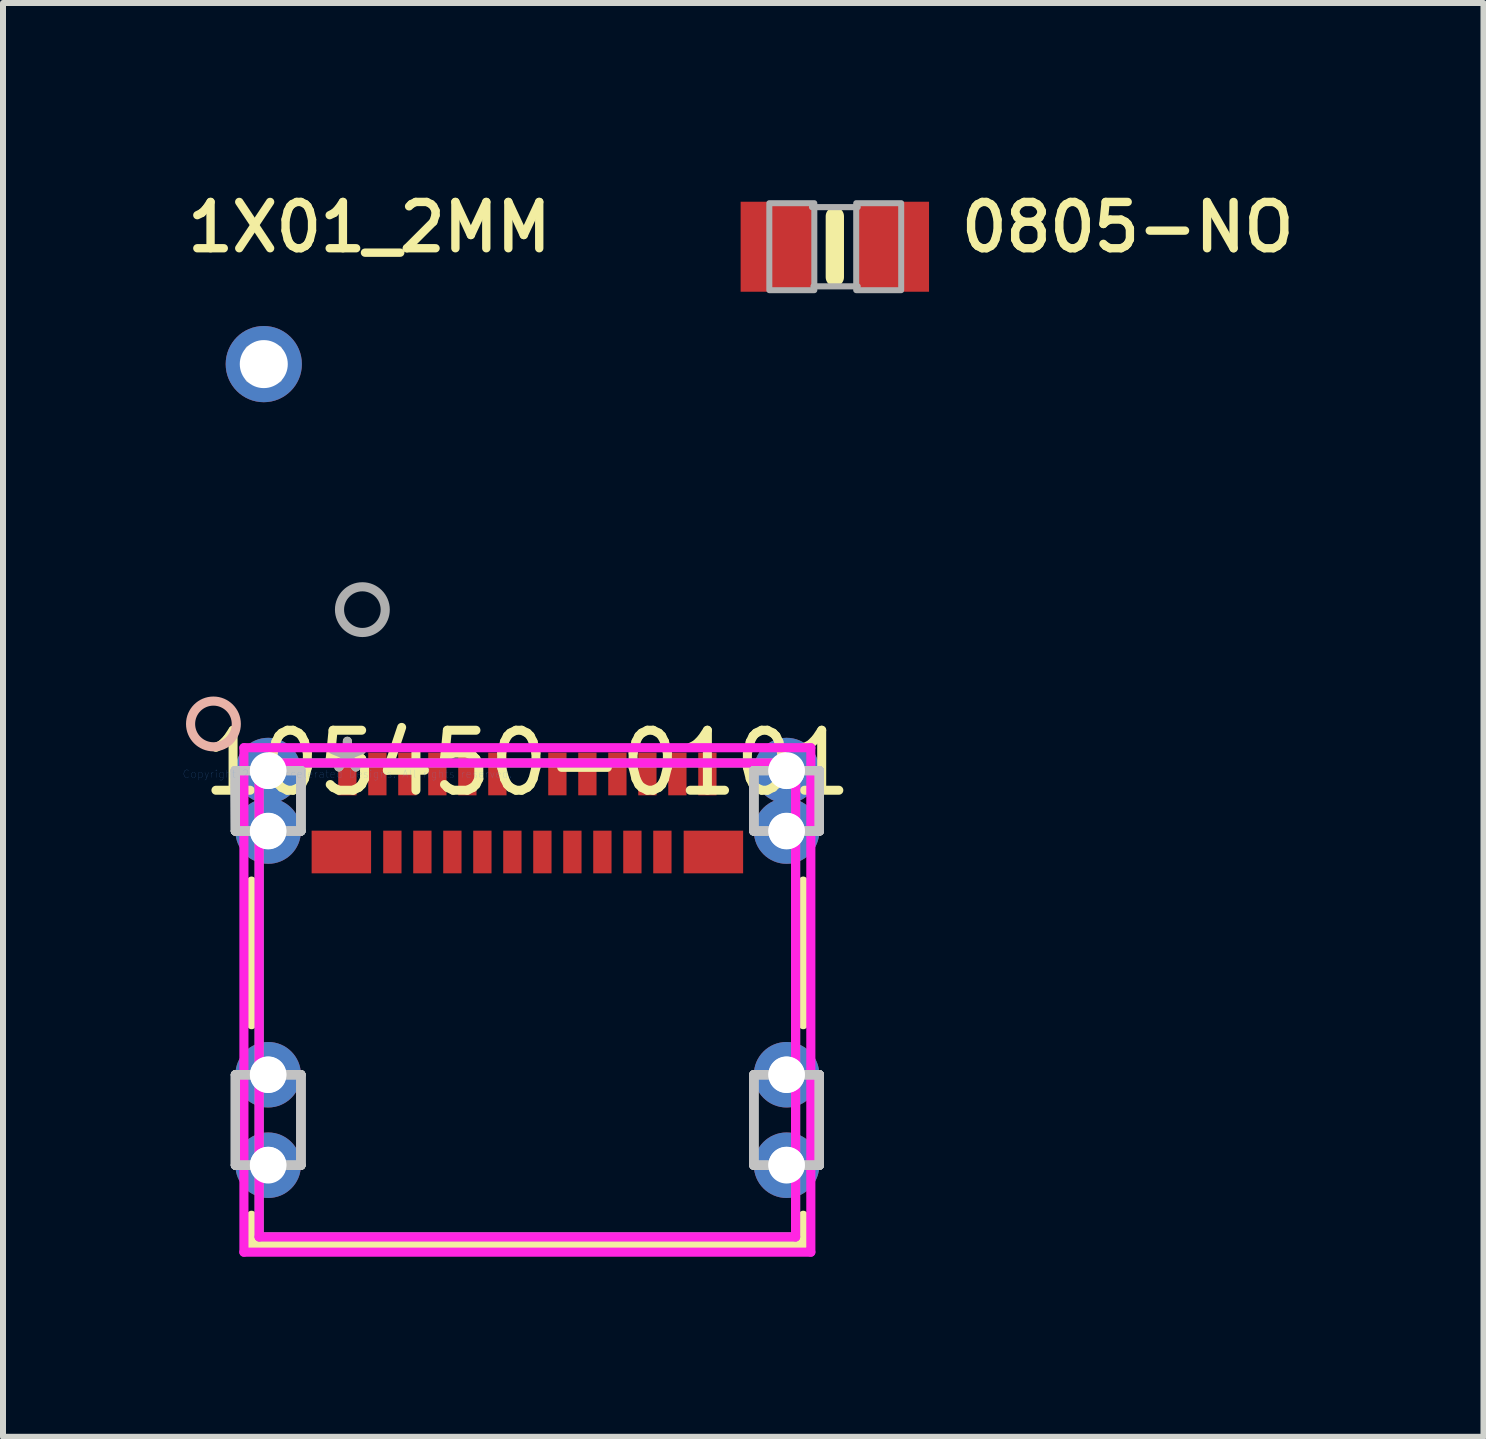
<source format=kicad_pcb>
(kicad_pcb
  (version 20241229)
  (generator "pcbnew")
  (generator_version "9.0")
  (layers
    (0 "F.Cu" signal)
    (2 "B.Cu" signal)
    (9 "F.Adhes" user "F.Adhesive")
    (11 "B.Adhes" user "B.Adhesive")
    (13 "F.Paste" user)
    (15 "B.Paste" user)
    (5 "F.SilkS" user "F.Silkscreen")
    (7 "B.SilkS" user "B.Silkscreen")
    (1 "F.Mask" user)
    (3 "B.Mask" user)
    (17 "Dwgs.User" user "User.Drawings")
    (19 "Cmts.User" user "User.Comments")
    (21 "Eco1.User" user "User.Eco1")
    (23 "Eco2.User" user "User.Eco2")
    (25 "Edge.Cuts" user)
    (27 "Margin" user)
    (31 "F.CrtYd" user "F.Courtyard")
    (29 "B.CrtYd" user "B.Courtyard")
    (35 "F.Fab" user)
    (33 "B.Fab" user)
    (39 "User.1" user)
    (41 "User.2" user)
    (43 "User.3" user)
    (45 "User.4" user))
  (footprint "0805-NO"
    (layer "F.Cu")
    (at 10.863 1.062)
    (property "Reference" "0805-NO" (at 2.032 0.127 0) (layer "F.SilkS") (effects (font (size 0.772 0.772) (thickness 0.139)) (justify left bottom)))
    (attr through_hole)
    (fp_line (start 0 -0.508) (end 0 0.508) (stroke (width 0.305) (type solid)) (layer "F.SilkS"))
    (fp_line (start -0.381 -0.66) (end 0.381 -0.66) (stroke (width 0.102) (type solid)) (layer "F.Fab"))
    (fp_line (start -0.356 0.66) (end 0.381 0.66) (stroke (width 0.102) (type solid)) (layer "F.Fab"))
    (fp_poly (pts (xy -1.092 0.724) (xy -0.342 0.724) (xy -0.342 -0.726) (xy -1.092 -0.726)) (stroke (width 0.1) (type solid)) (fill no) (layer "F.Fab"))
    (fp_poly (pts (xy 0.356 0.724) (xy 1.106 0.724) (xy 1.106 -0.726) (xy 0.356 -0.726)) (stroke (width 0.1) (type solid)) (fill no) (layer "F.Fab"))
    (pad "1" smd rect (at -0.95 0) (size 1.24 1.5) (layers "F.Cu" "F.Mask" "F.Paste"))
    (pad "2" smd rect (at 0.95 0) (size 1.24 1.5) (layers "F.Cu" "F.Mask" "F.Paste")))
  (footprint "105450-0101"
    (layer "F.Cu")
    (at 2.739 9.849)
    (property "Reference" "105450-0101" (at 3 -0.184 0) (layer "F.SilkS") (effects (font (size 1 1) (thickness 0.15))))
    (attr through_hole)
    (fp_line (start -1.597 1.785) (end -1.597 4.178) (stroke (width 0.152) (type solid)) (layer "F.SilkS"))
    (fp_line (start -1.597 7.354) (end -1.597 7.842) (stroke (width 0.152) (type solid)) (layer "F.SilkS"))
    (fp_line (start -1.597 7.842) (end 7.597 7.842) (stroke (width 0.152) (type solid)) (layer "F.SilkS"))
    (fp_line (start 7.597 4.178) (end 7.597 1.785) (stroke (width 0.152) (type solid)) (layer "F.SilkS"))
    (fp_line (start 7.597 7.842) (end 7.597 7.354) (stroke (width 0.152) (type solid)) (layer "F.SilkS"))
    (fp_circle (center -2.232 -0.834) (end -1.851 -0.834) (stroke (width 0.152) (type solid)) (fill no) (layer "B.SilkS"))
    (fp_line (start -1.87 -0.057) (end -0.774 -0.057) (stroke (width 0.152) (type solid)) (layer "Dwgs.User"))
    (fp_line (start -1.87 -0.057) (end -0.774 -0.057) (stroke (width 0.152) (type solid)) (layer "Dwgs.User"))
    (fp_line (start -1.87 -0.057) (end -0.774 -0.057) (stroke (width 0.152) (type solid)) (layer "Dwgs.User"))
    (fp_line (start -1.866 -0.057) (end -0.774 -0.057) (stroke (width 0.152) (type solid)) (layer "Dwgs.User"))
    (fp_line (start -1.866 0.951) (end -1.87 -0.057) (stroke (width 0.152) (type solid)) (layer "Dwgs.User"))
    (fp_line (start -1.866 0.951) (end -1.87 -0.057) (stroke (width 0.152) (type solid)) (layer "Dwgs.User"))
    (fp_line (start -1.866 0.951) (end -1.87 -0.057) (stroke (width 0.152) (type solid)) (layer "Dwgs.User"))
    (fp_line (start -1.866 0.951) (end -1.866 -0.057) (stroke (width 0.152) (type solid)) (layer "Dwgs.User"))
    (fp_line (start -1.866 5.012) (end -0.774 5.012) (stroke (width 0.152) (type solid)) (layer "Dwgs.User"))
    (fp_line (start -1.866 5.012) (end -0.774 5.012) (stroke (width 0.152) (type solid)) (layer "Dwgs.User"))
    (fp_line (start -1.866 5.012) (end -0.774 5.012) (stroke (width 0.152) (type solid)) (layer "Dwgs.User"))
    (fp_line (start -1.866 5.012) (end -0.774 5.012) (stroke (width 0.152) (type solid)) (layer "Dwgs.User"))
    (fp_line (start -1.866 6.52) (end -1.866 5.012) (stroke (width 0.152) (type solid)) (layer "Dwgs.User"))
    (fp_line (start -1.866 6.52) (end -1.866 5.012) (stroke (width 0.152) (type solid)) (layer "Dwgs.User"))
    (fp_line (start -1.866 6.52) (end -1.866 5.012) (stroke (width 0.152) (type solid)) (layer "Dwgs.User"))
    (fp_line (start -1.866 6.52) (end -1.866 5.012) (stroke (width 0.152) (type solid)) (layer "Dwgs.User"))
    (fp_line (start -0.774 -0.057) (end -0.774 0.951) (stroke (width 0.152) (type solid)) (layer "Dwgs.User"))
    (fp_line (start -0.774 -0.057) (end -0.774 0.951) (stroke (width 0.152) (type solid)) (layer "Dwgs.User"))
    (fp_line (start -0.774 -0.057) (end -0.774 0.951) (stroke (width 0.152) (type solid)) (layer "Dwgs.User"))
    (fp_line (start -0.774 -0.057) (end -0.774 0.951) (stroke (width 0.152) (type solid)) (layer "Dwgs.User"))
    (fp_line (start -0.774 0.951) (end -1.866 0.951) (stroke (width 0.152) (type solid)) (layer "Dwgs.User"))
    (fp_line (start -0.774 0.951) (end -1.866 0.951) (stroke (width 0.152) (type solid)) (layer "Dwgs.User"))
    (fp_line (start -0.774 0.951) (end -1.866 0.951) (stroke (width 0.152) (type solid)) (layer "Dwgs.User"))
    (fp_line (start -0.774 0.951) (end -1.866 0.951) (stroke (width 0.152) (type solid)) (layer "Dwgs.User"))
    (fp_line (start -0.774 5.012) (end -0.774 6.52) (stroke (width 0.152) (type solid)) (layer "Dwgs.User"))
    (fp_line (start -0.774 5.012) (end -0.774 6.52) (stroke (width 0.152) (type solid)) (layer "Dwgs.User"))
    (fp_line (start -0.774 5.012) (end -0.774 6.52) (stroke (width 0.152) (type solid)) (layer "Dwgs.User"))
    (fp_line (start -0.774 5.012) (end -0.774 6.52) (stroke (width 0.152) (type solid)) (layer "Dwgs.User"))
    (fp_line (start -0.774 6.52) (end -1.866 6.52) (stroke (width 0.152) (type solid)) (layer "Dwgs.User"))
    (fp_line (start -0.774 6.52) (end -1.866 6.52) (stroke (width 0.152) (type solid)) (layer "Dwgs.User"))
    (fp_line (start -0.774 6.52) (end -1.866 6.52) (stroke (width 0.152) (type solid)) (layer "Dwgs.User"))
    (fp_line (start -0.774 6.52) (end -1.866 6.52) (stroke (width 0.152) (type solid)) (layer "Dwgs.User"))
    (fp_line (start 6.774 -0.057) (end 7.866 -0.057) (stroke (width 0.152) (type solid)) (layer "Dwgs.User"))
    (fp_line (start 6.774 -0.057) (end 7.866 -0.057) (stroke (width 0.152) (type solid)) (layer "Dwgs.User"))
    (fp_line (start 6.774 -0.057) (end 7.866 -0.057) (stroke (width 0.152) (type solid)) (layer "Dwgs.User"))
    (fp_line (start 6.774 -0.057) (end 7.866 -0.057) (stroke (width 0.152) (type solid)) (layer "Dwgs.User"))
    (fp_line (start 6.774 0.951) (end 6.774 -0.057) (stroke (width 0.152) (type solid)) (layer "Dwgs.User"))
    (fp_line (start 6.774 0.951) (end 6.774 -0.057) (stroke (width 0.152) (type solid)) (layer "Dwgs.User"))
    (fp_line (start 6.774 0.951) (end 6.774 -0.057) (stroke (width 0.152) (type solid)) (layer "Dwgs.User"))
    (fp_line (start 6.774 0.951) (end 6.774 -0.057) (stroke (width 0.152) (type solid)) (layer "Dwgs.User"))
    (fp_line (start 6.774 5.012) (end 7.866 5.012) (stroke (width 0.152) (type solid)) (layer "Dwgs.User"))
    (fp_line (start 6.774 5.012) (end 7.866 5.012) (stroke (width 0.152) (type solid)) (layer "Dwgs.User"))
    (fp_line (start 6.774 5.012) (end 7.866 5.012) (stroke (width 0.152) (type solid)) (layer "Dwgs.User"))
    (fp_line (start 6.774 5.012) (end 7.866 5.012) (stroke (width 0.152) (type solid)) (layer "Dwgs.User"))
    (fp_line (start 6.774 6.52) (end 6.774 5.012) (stroke (width 0.152) (type solid)) (layer "Dwgs.User"))
    (fp_line (start 6.774 6.52) (end 6.774 5.012) (stroke (width 0.152) (type solid)) (layer "Dwgs.User"))
    (fp_line (start 6.774 6.52) (end 6.774 5.012) (stroke (width 0.152) (type solid)) (layer "Dwgs.User"))
    (fp_line (start 6.774 6.52) (end 6.774 5.012) (stroke (width 0.152) (type solid)) (layer "Dwgs.User"))
    (fp_line (start 7.866 -0.057) (end 7.866 0.951) (stroke (width 0.152) (type solid)) (layer "Dwgs.User"))
    (fp_line (start 7.866 -0.057) (end 7.866 0.951) (stroke (width 0.152) (type solid)) (layer "Dwgs.User"))
    (fp_line (start 7.866 -0.057) (end 7.866 0.951) (stroke (width 0.152) (type solid)) (layer "Dwgs.User"))
    (fp_line (start 7.866 -0.057) (end 7.866 0.951) (stroke (width 0.152) (type solid)) (layer "Dwgs.User"))
    (fp_line (start 7.866 0.951) (end 6.774 0.951) (stroke (width 0.152) (type solid)) (layer "Dwgs.User"))
    (fp_line (start 7.866 0.951) (end 6.774 0.951) (stroke (width 0.152) (type solid)) (layer "Dwgs.User"))
    (fp_line (start 7.866 0.951) (end 6.774 0.951) (stroke (width 0.152) (type solid)) (layer "Dwgs.User"))
    (fp_line (start 7.866 0.951) (end 6.774 0.951) (stroke (width 0.152) (type solid)) (layer "Dwgs.User"))
    (fp_line (start 7.866 5.012) (end 7.866 6.52) (stroke (width 0.152) (type solid)) (layer "Dwgs.User"))
    (fp_line (start 7.866 5.012) (end 7.866 6.52) (stroke (width 0.152) (type solid)) (layer "Dwgs.User"))
    (fp_line (start 7.866 5.012) (end 7.866 6.52) (stroke (width 0.152) (type solid)) (layer "Dwgs.User"))
    (fp_line (start 7.866 5.012) (end 7.866 6.52) (stroke (width 0.152) (type solid)) (layer "Dwgs.User"))
    (fp_line (start 7.866 6.52) (end 6.774 6.52) (stroke (width 0.152) (type solid)) (layer "Dwgs.User"))
    (fp_line (start 7.866 6.52) (end 6.774 6.52) (stroke (width 0.152) (type solid)) (layer "Dwgs.User"))
    (fp_line (start 7.866 6.52) (end 6.774 6.52) (stroke (width 0.152) (type solid)) (layer "Dwgs.User"))
    (fp_line (start 7.866 6.52) (end 6.774 6.52) (stroke (width 0.152) (type solid)) (layer "Dwgs.User"))
    (fp_line (start -1.724 -0.438) (end -1.724 7.969) (stroke (width 0.152) (type solid)) (layer "F.CrtYd"))
    (fp_line (start -1.724 7.969) (end 7.724 7.969) (stroke (width 0.152) (type solid)) (layer "F.CrtYd"))
    (fp_line (start -1.47 -0.184) (end -1.47 7.715) (stroke (width 0.152) (type solid)) (layer "F.CrtYd"))
    (fp_line (start -1.47 7.715) (end 7.47 7.715) (stroke (width 0.152) (type solid)) (layer "F.CrtYd"))
    (fp_line (start 7.47 -0.184) (end -1.47 -0.184) (stroke (width 0.152) (type solid)) (layer "F.CrtYd"))
    (fp_line (start 7.47 7.715) (end 7.47 -0.184) (stroke (width 0.152) (type solid)) (layer "F.CrtYd"))
    (fp_line (start 7.724 -0.438) (end -1.724 -0.438) (stroke (width 0.152) (type solid)) (layer "F.CrtYd"))
    (fp_line (start 7.724 7.969) (end 7.724 -0.438) (stroke (width 0.152) (type solid)) (layer "F.CrtYd"))
    (fp_line (start -1.47 -0.184) (end -1.47 7.715) (stroke (width 0.152) (type solid)) (layer "F.Fab"))
    (fp_line (start -1.47 7.715) (end 7.47 7.715) (stroke (width 0.152) (type solid)) (layer "F.Fab"))
    (fp_line (start 7.47 -0.184) (end -1.47 -0.184) (stroke (width 0.152) (type solid)) (layer "F.Fab"))
    (fp_line (start 7.47 7.715) (end 7.47 -0.184) (stroke (width 0.152) (type solid)) (layer "F.Fab"))
    (fp_circle (center 0.25 -2.739) (end 0.631 -2.739) (stroke (width 0.152) (type solid)) (fill no) (layer "F.Fab"))
    (fp_text user "*" (at 0 0 0) (layer "F.SilkS") (effects (font (size 1 1) (thickness 0.15))))
    (fp_text user "Copyright 2016 Accelerated Designs. All rights reserved." (at 0 0 0) (layer "Cmts.User") (effects (font (size 0.127 0.127) (thickness 0.002))))
    (fp_text user "*" (at 0 0 0) (layer "F.Fab") (effects (font (size 1 1) (thickness 0.15))))
    (pad "" np_thru_hole circle (at -1.32 5.012) (size 0.6 0.6) (drill 0.6) (layers "*.Cu" "*.Mask"))
    (pad "" np_thru_hole circle (at -1.32 6.512) (size 0.6 0.6) (drill 0.6) (layers "*.Cu" "*.Mask"))
    (pad "" np_thru_hole circle (at -1.32 -0.049) (size 0.6 0.6) (drill 0.6) (layers "*.Cu" "*.Mask"))
    (pad "" np_thru_hole circle (at -1.32 0.951) (size 0.6 0.6) (drill 0.6) (layers "*.Cu" "*.Mask"))
    (pad "" np_thru_hole circle (at 7.32 -0.049) (size 0.6 0.6) (drill 0.6) (layers "*.Cu" "*.Mask"))
    (pad "" np_thru_hole circle (at 7.32 0.951) (size 0.6 0.6) (drill 0.6) (layers "*.Cu" "*.Mask"))
    (pad "" np_thru_hole circle (at 7.32 5.012) (size 0.6 0.6) (drill 0.6) (layers "*.Cu" "*.Mask"))
    (pad "" np_thru_hole circle (at 7.32 6.512) (size 0.6 0.6) (drill 0.6) (layers "*.Cu" "*.Mask"))
    (pad "25" thru_hole circle (at -1.32 -0.057) (size 1.092 1.092) (drill 0.61) (layers "*.Cu" "*.Mask"))
    (pad "25" thru_hole circle (at -1.32 0.951) (size 1.092 1.092) (drill 0.61) (layers "*.Cu" "*.Mask"))
    (pad "26" thru_hole circle (at 7.32 -0.057) (size 1.092 1.092) (drill 0.61) (layers "*.Cu" "*.Mask"))
    (pad "26" thru_hole circle (at 7.32 0.951) (size 1.092 1.092) (drill 0.61) (layers "*.Cu" "*.Mask"))
    (pad "27" thru_hole circle (at -1.32 5.012) (size 1.092 1.092) (drill 0.61) (layers "*.Cu" "*.Mask"))
    (pad "27" thru_hole circle (at -1.32 6.52) (size 1.092 1.092) (drill 0.61) (layers "*.Cu" "*.Mask"))
    (pad "28" thru_hole circle (at 7.32 5.012) (size 1.092 1.092) (drill 0.61) (layers "*.Cu" "*.Mask"))
    (pad "28" thru_hole circle (at 7.32 6.52) (size 1.092 1.092) (drill 0.61) (layers "*.Cu" "*.Mask"))
    (pad "A1" smd rect (at 0 0) (size 0.305 0.711) (layers "F.Cu" "F.Mask" "F.Paste"))
    (pad "A2" smd rect (at 0.5 0) (size 0.305 0.711) (layers "F.Cu" "F.Mask" "F.Paste"))
    (pad "A3" smd rect (at 1 0) (size 0.305 0.711) (layers "F.Cu" "F.Mask" "F.Paste"))
    (pad "A4" smd rect (at 1.5 0) (size 0.305 0.711) (layers "F.Cu" "F.Mask" "F.Paste"))
    (pad "A5" smd rect (at 2 0) (size 0.305 0.711) (layers "F.Cu" "F.Mask" "F.Paste"))
    (pad "A6" smd rect (at 2.5 0) (size 0.305 0.711) (layers "F.Cu" "F.Mask" "F.Paste"))
    (pad "A7" smd rect (at 3.5 0) (size 0.305 0.711) (layers "F.Cu" "F.Mask" "F.Paste"))
    (pad "A8" smd rect (at 4 0) (size 0.305 0.711) (layers "F.Cu" "F.Mask" "F.Paste"))
    (pad "A9" smd rect (at 4.5 0) (size 0.305 0.711) (layers "F.Cu" "F.Mask" "F.Paste"))
    (pad "A10" smd rect (at 5 0) (size 0.305 0.711) (layers "F.Cu" "F.Mask" "F.Paste"))
    (pad "A11" smd rect (at 5.5 0) (size 0.305 0.711) (layers "F.Cu" "F.Mask" "F.Paste"))
    (pad "A12" smd rect (at 6 0) (size 0.305 0.711) (layers "F.Cu" "F.Mask" "F.Paste"))
    (pad "B1" smd rect (at 6.1 1.3) (size 0.991 0.711) (layers "F.Cu" "F.Mask" "F.Paste"))
    (pad "B2" smd rect (at 5.25 1.3) (size 0.305 0.711) (layers "F.Cu" "F.Mask" "F.Paste"))
    (pad "B3" smd rect (at 4.75 1.3) (size 0.305 0.711) (layers "F.Cu" "F.Mask" "F.Paste"))
    (pad "B4" smd rect (at 4.25 1.3) (size 0.305 0.711) (layers "F.Cu" "F.Mask" "F.Paste"))
    (pad "B5" smd rect (at 3.75 1.3) (size 0.305 0.711) (layers "F.Cu" "F.Mask" "F.Paste"))
    (pad "B6" smd rect (at 3.25 1.3) (size 0.305 0.711) (layers "F.Cu" "F.Mask" "F.Paste"))
    (pad "B7" smd rect (at 2.75 1.3) (size 0.305 0.711) (layers "F.Cu" "F.Mask" "F.Paste"))
    (pad "B8" smd rect (at 2.25 1.3) (size 0.305 0.711) (layers "F.Cu" "F.Mask" "F.Paste"))
    (pad "B9" smd rect (at 1.75 1.3) (size 0.305 0.711) (layers "F.Cu" "F.Mask" "F.Paste"))
    (pad "B10" smd rect (at 1.25 1.3) (size 0.305 0.711) (layers "F.Cu" "F.Mask" "F.Paste"))
    (pad "B11" smd rect (at 0.75 1.3) (size 0.305 0.711) (layers "F.Cu" "F.Mask" "F.Paste"))
    (pad "B12" smd rect (at -0.1 1.3) (size 0.991 0.711) (layers "F.Cu" "F.Mask" "F.Paste")))
  (footprint "1X01_2MM"
    (layer "F.Cu")
    (at 1.346 3.018)
    (property "Reference" "1X01_2MM" (at -1.346 -1.829 0) (layer "F.SilkS") (effects (font (size 0.772 0.772) (thickness 0.139)) (justify left bottom)))
    (attr through_hole)
    (fp_poly (pts (xy -0.254 0.254) (xy 0.254 0.254) (xy 0.254 -0.254) (xy -0.254 -0.254)) (stroke (width 0.1) (type solid)) (fill no) (layer "F.Fab"))
    (pad "1" thru_hole circle (at 0 0 90) (size 1.27 1.27) (drill 0.8) (layers "*.Cu" "*.Mask")))
  (gr_rect
    (start -3 -3)
    (end 21.673 20.895)
    (stroke (width 0.1) (type default))
    (fill no)
    (layer "Edge.Cuts")))
</source>
